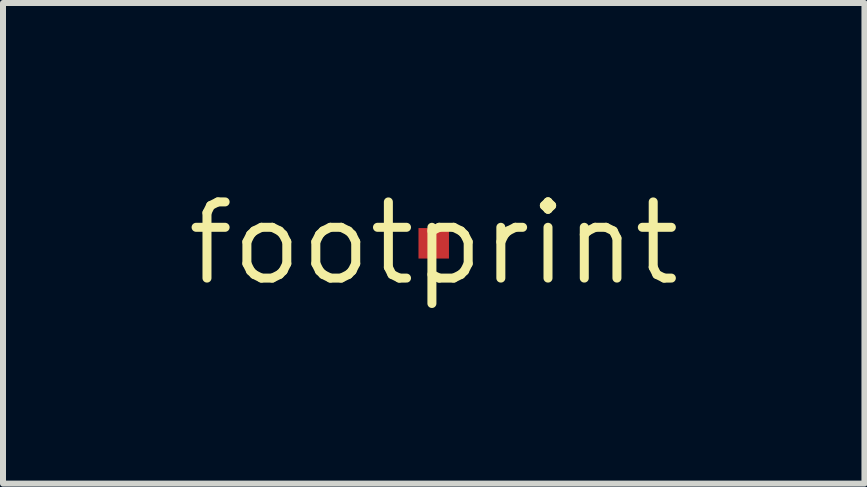
<source format=kicad_pcb>
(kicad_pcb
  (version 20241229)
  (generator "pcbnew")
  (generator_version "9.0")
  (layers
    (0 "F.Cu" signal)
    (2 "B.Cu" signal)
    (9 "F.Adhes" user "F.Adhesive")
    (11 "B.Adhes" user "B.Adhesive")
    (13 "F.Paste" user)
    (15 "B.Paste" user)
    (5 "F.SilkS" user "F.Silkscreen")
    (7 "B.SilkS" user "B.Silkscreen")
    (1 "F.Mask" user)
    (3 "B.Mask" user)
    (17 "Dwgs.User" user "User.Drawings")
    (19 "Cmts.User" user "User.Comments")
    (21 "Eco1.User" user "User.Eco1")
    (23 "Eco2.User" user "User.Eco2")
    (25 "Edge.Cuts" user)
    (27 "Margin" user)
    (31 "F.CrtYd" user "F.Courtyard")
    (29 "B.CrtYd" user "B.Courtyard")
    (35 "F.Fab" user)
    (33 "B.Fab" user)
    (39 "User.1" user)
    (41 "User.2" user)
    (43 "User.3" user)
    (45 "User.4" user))
  (footprint "footprint"
    (layer "F.Cu")
    (at 4.18 1.006)
    (property "Reference" "footprint" (at 0 0 0) (layer "F.SilkS") (effects (font (size 1.27 1.27) (thickness 0.15))))
    (pad "1" smd rect (at 0 0) (size 0.508 0.508) (layers "F.Cu" "F.Mask")))
  (gr_rect
    (start -3 -3)
    (end 11.36 5.012)
    (stroke (width 0.1) (type default))
    (fill no)
    (layer "Edge.Cuts")))
</source>
